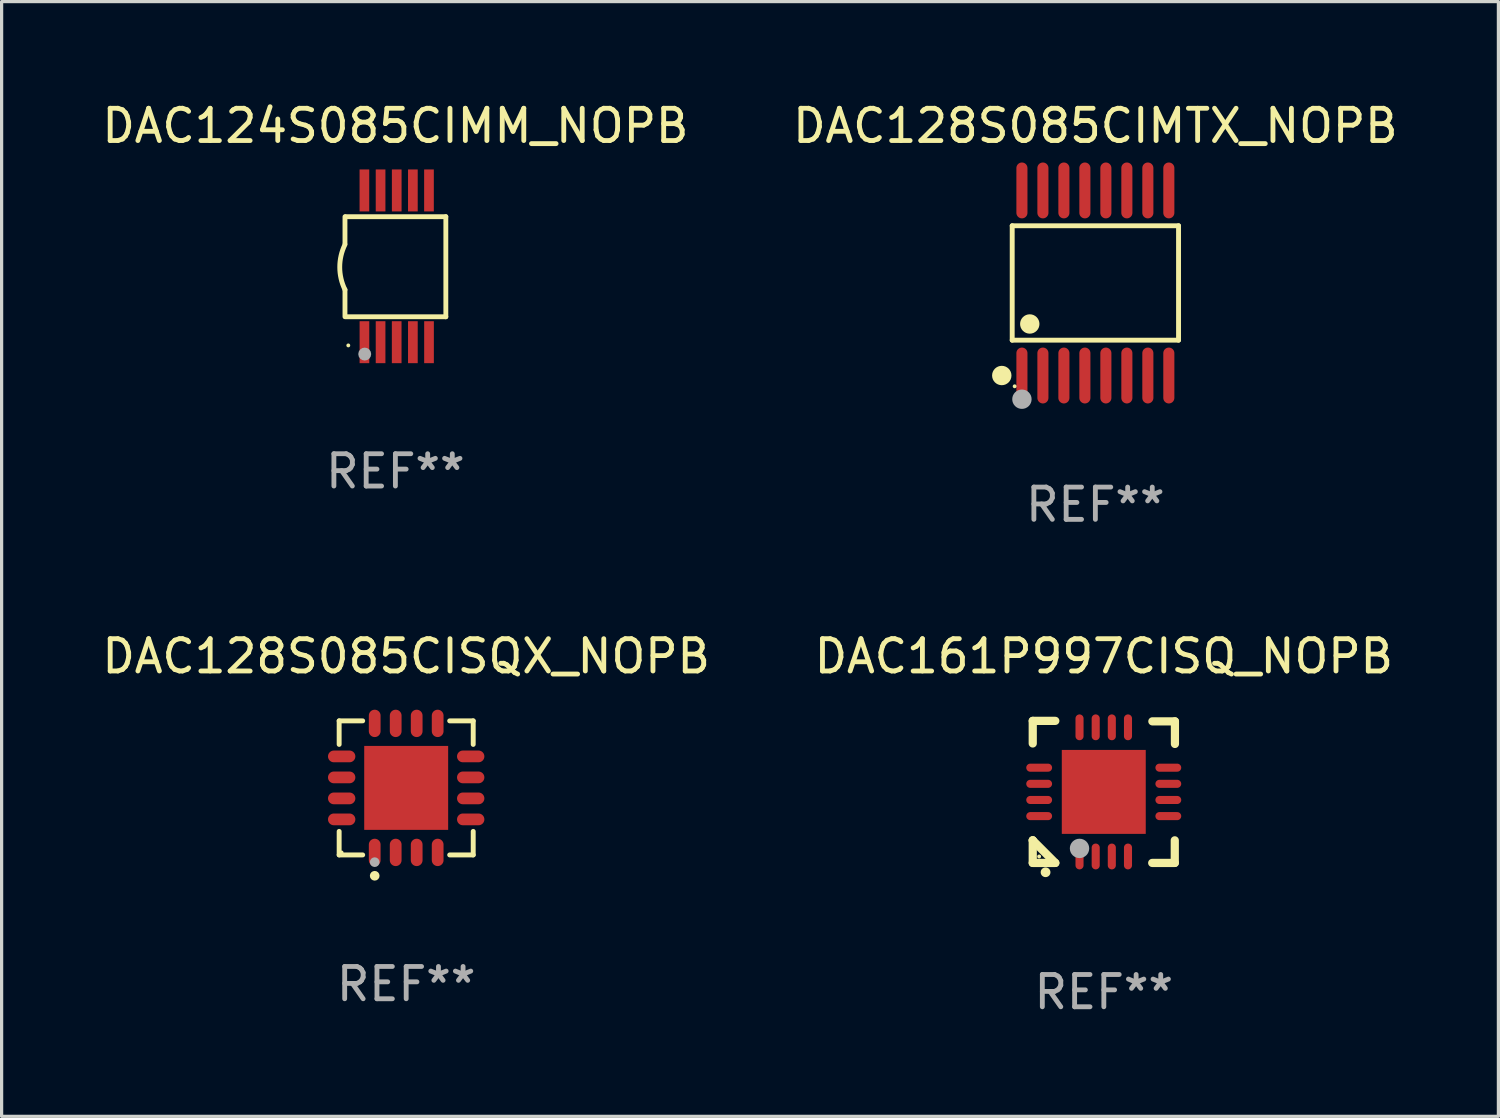
<source format=kicad_pcb>
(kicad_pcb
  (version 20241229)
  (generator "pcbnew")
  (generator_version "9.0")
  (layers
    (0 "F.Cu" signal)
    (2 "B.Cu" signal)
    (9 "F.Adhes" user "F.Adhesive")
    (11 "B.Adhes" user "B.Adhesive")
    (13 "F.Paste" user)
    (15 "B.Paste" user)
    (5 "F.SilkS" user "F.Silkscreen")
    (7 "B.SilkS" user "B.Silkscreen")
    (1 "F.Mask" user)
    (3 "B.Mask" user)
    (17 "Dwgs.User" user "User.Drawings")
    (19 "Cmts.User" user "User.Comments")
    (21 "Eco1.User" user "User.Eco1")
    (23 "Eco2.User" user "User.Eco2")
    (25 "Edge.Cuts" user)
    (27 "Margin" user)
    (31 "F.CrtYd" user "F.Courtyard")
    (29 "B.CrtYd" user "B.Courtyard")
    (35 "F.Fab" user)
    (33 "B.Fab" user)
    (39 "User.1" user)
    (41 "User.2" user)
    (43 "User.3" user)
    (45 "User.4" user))
  (footprint "DAC128S085CISQX_NOPB"
    (layer "F.Cu")
    (at 9.53 21.352)
    (property "Reference" "DAC128S085CISQX_NOPB" (at 0 -4.076 0) (layer "F.SilkS") (effects (font (size 1 1) (thickness 0.15))))
    (attr through_hole)
    (fp_line (start -2.076 -2.076) (end -1.347 -2.076) (stroke (width 0.152) (type solid)) (layer "F.SilkS"))
    (fp_line (start -2.076 -1.347) (end -2.076 -2.076) (stroke (width 0.152) (type solid)) (layer "F.SilkS"))
    (fp_line (start -2.076 1.347) (end -2.076 2.076) (stroke (width 0.152) (type solid)) (layer "F.SilkS"))
    (fp_line (start -2.076 2.076) (end -1.347 2.076) (stroke (width 0.152) (type solid)) (layer "F.SilkS"))
    (fp_line (start 2.076 -2.076) (end 1.347 -2.076) (stroke (width 0.152) (type solid)) (layer "F.SilkS"))
    (fp_line (start 2.076 -1.347) (end 2.076 -2.076) (stroke (width 0.152) (type solid)) (layer "F.SilkS"))
    (fp_line (start 2.076 1.347) (end 2.076 2.076) (stroke (width 0.152) (type solid)) (layer "F.SilkS"))
    (fp_line (start 2.076 2.076) (end 1.347 2.076) (stroke (width 0.152) (type solid)) (layer "F.SilkS"))
    (fp_circle (center -2 2) (end -1.97 2) (stroke (width 0.06) (type solid)) (fill no) (layer "F.SilkS"))
    (fp_circle (center -0.975 2.722) (end -0.9 2.722) (stroke (width 0.15) (type solid)) (fill no) (layer "F.SilkS"))
    (fp_circle (center -0.975 2.3) (end -0.9 2.3) (stroke (width 0.15) (type solid)) (fill no) (layer "F.Fab"))
    (fp_text user "REF**" (at 0 6.076 0) (layer "F.Fab") (effects (font (size 1 1) (thickness 0.15))))
    (pad "1" smd oval (at -0.975 1.998) (size 0.364 0.847) (layers "F.Cu" "F.Mask" "F.Paste"))
    (pad "2" smd oval (at -0.325 1.998) (size 0.364 0.847) (layers "F.Cu" "F.Mask" "F.Paste"))
    (pad "3" smd oval (at 0.325 1.998) (size 0.364 0.847) (layers "F.Cu" "F.Mask" "F.Paste"))
    (pad "4" smd oval (at 0.975 1.998) (size 0.364 0.847) (layers "F.Cu" "F.Mask" "F.Paste"))
    (pad "5" smd oval (at 1.998 0.975) (size 0.847 0.364) (layers "F.Cu" "F.Mask" "F.Paste"))
    (pad "6" smd oval (at 1.998 0.325) (size 0.847 0.364) (layers "F.Cu" "F.Mask" "F.Paste"))
    (pad "7" smd oval (at 1.998 -0.325) (size 0.847 0.364) (layers "F.Cu" "F.Mask" "F.Paste"))
    (pad "8" smd oval (at 1.998 -0.975) (size 0.847 0.364) (layers "F.Cu" "F.Mask" "F.Paste"))
    (pad "9" smd oval (at 0.975 -1.998) (size 0.364 0.847) (layers "F.Cu" "F.Mask" "F.Paste"))
    (pad "10" smd oval (at 0.325 -1.998) (size 0.364 0.847) (layers "F.Cu" "F.Mask" "F.Paste"))
    (pad "11" smd oval (at -0.325 -1.998) (size 0.364 0.847) (layers "F.Cu" "F.Mask" "F.Paste"))
    (pad "12" smd oval (at -0.975 -1.998) (size 0.364 0.847) (layers "F.Cu" "F.Mask" "F.Paste"))
    (pad "13" smd oval (at -1.998 -0.975) (size 0.847 0.364) (layers "F.Cu" "F.Mask" "F.Paste"))
    (pad "14" smd oval (at -1.998 -0.325) (size 0.847 0.364) (layers "F.Cu" "F.Mask" "F.Paste"))
    (pad "15" smd oval (at -1.998 0.325) (size 0.847 0.364) (layers "F.Cu" "F.Mask" "F.Paste"))
    (pad "16" smd oval (at -1.998 0.975) (size 0.847 0.364) (layers "F.Cu" "F.Mask" "F.Paste"))
    (pad "17" smd rect (at 0 0) (size 2.6 2.6) (layers "F.Cu" "F.Mask" "F.Paste")))
  (footprint "DAC161P997CISQ_NOPB"
    (layer "F.Cu")
    (at 31.137 21.476)
    (property "Reference" "DAC161P997CISQ_NOPB" (at 0 -4.2 0) (layer "F.SilkS") (effects (font (size 1 1) (thickness 0.15))))
    (attr through_hole)
    (fp_line (start -2.202 -2.2) (end -2.202 -1.5) (stroke (width 0.254) (type solid)) (layer "F.SilkS"))
    (fp_line (start -2.202 1.5) (end -2.202 1.5) (stroke (width 0.254) (type solid)) (layer "F.SilkS"))
    (fp_line (start -2.202 1.5) (end -1.503 2.2) (stroke (width 0.254) (type solid)) (layer "F.SilkS"))
    (fp_line (start -2.202 2.2) (end -2.202 1.5) (stroke (width 0.254) (type solid)) (layer "F.SilkS"))
    (fp_line (start -1.503 -2.2) (end -2.202 -2.2) (stroke (width 0.254) (type solid)) (layer "F.SilkS"))
    (fp_line (start -1.503 2.2) (end -2.202 2.2) (stroke (width 0.254) (type solid)) (layer "F.SilkS"))
    (fp_line (start 1.498 2.2) (end 2.197 2.2) (stroke (width 0.254) (type solid)) (layer "F.SilkS"))
    (fp_line (start 2.197 2.2) (end 2.197 1.5) (stroke (width 0.254) (type solid)) (layer "F.SilkS"))
    (fp_line (start 2.202 -2.185) (end 1.503 -2.185) (stroke (width 0.254) (type solid)) (layer "F.SilkS"))
    (fp_line (start 2.202 -1.485) (end 2.202 -2.185) (stroke (width 0.254) (type solid)) (layer "F.SilkS"))
    (fp_arc (start -1.805944 2.489205) (mid -1.804674 2.4892) (end -1.803404 2.489205) (stroke (width 0.3) (type solid)) (layer "F.SilkS"))
    (fp_circle (center -2.003 2) (end -1.973 2) (stroke (width 0.06) (type solid)) (fill no) (layer "F.SilkS"))
    (fp_circle (center -0.753 1.75) (end -0.603 1.75) (stroke (width 0.3) (type solid)) (fill no) (layer "F.Fab"))
    (fp_text user "REF**" (at 0 6.2 0) (layer "F.Fab") (effects (font (size 1 1) (thickness 0.15))))
    (pad "1" smd oval (at -0.753 2) (size 0.25 0.8) (layers "F.Cu" "F.Mask" "F.Paste"))
    (pad "2" smd oval (at -0.252 2) (size 0.25 0.8) (layers "F.Cu" "F.Mask" "F.Paste"))
    (pad "3" smd oval (at 0.247 2) (size 0.25 0.8) (layers "F.Cu" "F.Mask" "F.Paste"))
    (pad "4" smd oval (at 0.748 2) (size 0.25 0.8) (layers "F.Cu" "F.Mask" "F.Paste"))
    (pad "5" smd oval (at 1.997 0.75 90) (size 0.25 0.8) (layers "F.Cu" "F.Mask" "F.Paste"))
    (pad "6" smd oval (at 1.997 0.25 90) (size 0.25 0.8) (layers "F.Cu" "F.Mask" "F.Paste"))
    (pad "7" smd oval (at 1.997 -0.25 90) (size 0.25 0.8) (layers "F.Cu" "F.Mask" "F.Paste"))
    (pad "8" smd oval (at 1.997 -0.75 90) (size 0.25 0.8) (layers "F.Cu" "F.Mask" "F.Paste"))
    (pad "9" smd oval (at 0.748 -2) (size 0.25 0.8) (layers "F.Cu" "F.Mask" "F.Paste"))
    (pad "10" smd oval (at 0.247 -2) (size 0.25 0.8) (layers "F.Cu" "F.Mask" "F.Paste"))
    (pad "11" smd oval (at -0.252 -2) (size 0.25 0.8) (layers "F.Cu" "F.Mask" "F.Paste"))
    (pad "12" smd oval (at -0.753 -2) (size 0.25 0.8) (layers "F.Cu" "F.Mask" "F.Paste"))
    (pad "13" smd oval (at -2.003 -0.75 90) (size 0.25 0.8) (layers "F.Cu" "F.Mask" "F.Paste"))
    (pad "14" smd oval (at -2.003 -0.25 90) (size 0.25 0.8) (layers "F.Cu" "F.Mask" "F.Paste"))
    (pad "15" smd oval (at -2.003 0.25 90) (size 0.25 0.8) (layers "F.Cu" "F.Mask" "F.Paste"))
    (pad "16" smd oval (at -2.003 0.75 90) (size 0.25 0.8) (layers "F.Cu" "F.Mask" "F.Paste"))
    (pad "17" smd rect (at -0.002 0.000025 90) (size 2.6 2.6) (layers "F.Cu" "F.Mask" "F.Paste")))
  (footprint "DAC128S085CIMTX_NOPB"
    (layer "F.Cu")
    (at 30.875 5.714)
    (property "Reference" "DAC128S085CIMTX_NOPB" (at 0 -4.866 0) (layer "F.SilkS") (effects (font (size 1 1) (thickness 0.15))))
    (attr through_hole)
    (fp_line (start -2.576 -1.772) (end 2.576 -1.772) (stroke (width 0.152) (type solid)) (layer "F.SilkS"))
    (fp_line (start -2.576 1.771) (end -2.576 -1.772) (stroke (width 0.152) (type solid)) (layer "F.SilkS"))
    (fp_line (start 2.576 -1.772) (end 2.576 1.771) (stroke (width 0.152) (type solid)) (layer "F.SilkS"))
    (fp_line (start 2.576 1.771) (end -2.576 1.771) (stroke (width 0.152) (type solid)) (layer "F.SilkS"))
    (fp_circle (center -2.899 2.866) (end -2.749 2.866) (stroke (width 0.3) (type solid)) (fill no) (layer "F.SilkS"))
    (fp_circle (center -2.5 3.2) (end -2.47 3.2) (stroke (width 0.06) (type solid)) (fill no) (layer "F.SilkS"))
    (fp_circle (center -2.032 1.27) (end -1.882 1.27) (stroke (width 0.3) (type solid)) (fill no) (layer "F.SilkS"))
    (fp_circle (center -2.275 3.6) (end -2.125 3.6) (stroke (width 0.3) (type solid)) (fill no) (layer "F.Fab"))
    (fp_text user "REF**" (at 0 6.866 0) (layer "F.Fab") (effects (font (size 1 1) (thickness 0.15))))
    (pad "1" smd oval (at -2.275 2.866) (size 0.343 1.731) (layers "F.Cu" "F.Mask" "F.Paste"))
    (pad "2" smd oval (at -1.625 2.866) (size 0.343 1.731) (layers "F.Cu" "F.Mask" "F.Paste"))
    (pad "3" smd oval (at -0.975 2.866) (size 0.343 1.731) (layers "F.Cu" "F.Mask" "F.Paste"))
    (pad "4" smd oval (at -0.325 2.866) (size 0.343 1.731) (layers "F.Cu" "F.Mask" "F.Paste"))
    (pad "5" smd oval (at 0.325 2.866) (size 0.343 1.731) (layers "F.Cu" "F.Mask" "F.Paste"))
    (pad "6" smd oval (at 0.975 2.866) (size 0.343 1.731) (layers "F.Cu" "F.Mask" "F.Paste"))
    (pad "7" smd oval (at 1.625 2.866) (size 0.343 1.731) (layers "F.Cu" "F.Mask" "F.Paste"))
    (pad "8" smd oval (at 2.275 2.866) (size 0.343 1.731) (layers "F.Cu" "F.Mask" "F.Paste"))
    (pad "9" smd oval (at 2.275 -2.866) (size 0.343 1.731) (layers "F.Cu" "F.Mask" "F.Paste"))
    (pad "10" smd oval (at 1.625 -2.866) (size 0.343 1.731) (layers "F.Cu" "F.Mask" "F.Paste"))
    (pad "11" smd oval (at 0.975 -2.866) (size 0.343 1.731) (layers "F.Cu" "F.Mask" "F.Paste"))
    (pad "12" smd oval (at 0.325 -2.866) (size 0.343 1.731) (layers "F.Cu" "F.Mask" "F.Paste"))
    (pad "13" smd oval (at -0.325 -2.866) (size 0.343 1.731) (layers "F.Cu" "F.Mask" "F.Paste"))
    (pad "14" smd oval (at -0.975 -2.866) (size 0.343 1.731) (layers "F.Cu" "F.Mask" "F.Paste"))
    (pad "15" smd oval (at -1.625 -2.866) (size 0.343 1.731) (layers "F.Cu" "F.Mask" "F.Paste"))
    (pad "16" smd oval (at -2.275 -2.866) (size 0.343 1.731) (layers "F.Cu" "F.Mask" "F.Paste")))
  (footprint "DAC124S085CIMM_NOPB"
    (layer "F.Cu")
    (at 9.196 5.198)
    (property "Reference" "DAC124S085CIMM_NOPB" (at 0 -4.35 0) (layer "F.SilkS") (effects (font (size 1 1) (thickness 0.15))))
    (attr through_hole)
    (fp_line (start -1.562 -1.537) (end -1.562 -0.698) (stroke (width 0.15) (type solid)) (layer "F.SilkS"))
    (fp_line (start -1.562 0.724) (end -1.562 1.562) (stroke (width 0.15) (type solid)) (layer "F.SilkS"))
    (fp_line (start -1.538 -1.537) (end 1.562 -1.537) (stroke (width 0.15) (type solid)) (layer "F.SilkS"))
    (fp_line (start -1.538 1.562) (end 1.562 1.562) (stroke (width 0.15) (type solid)) (layer "F.SilkS"))
    (fp_line (start 1.562 1.564) (end 1.562 -1.537) (stroke (width 0.15) (type solid)) (layer "F.SilkS"))
    (fp_arc (start -1.562103 0.724079) (mid -1.723579 0.025578) (end -1.562103 -0.672924) (stroke (width 0.150013) (type solid)) (layer "F.SilkS"))
    (fp_circle (center -1.459 2.45) (end -1.429 2.45) (stroke (width 0.06) (type solid)) (fill no) (layer "F.SilkS"))
    (fp_circle (center -0.95 2.718) (end -0.85 2.718) (stroke (width 0.2) (type solid)) (fill no) (layer "F.Fab"))
    (fp_text user "REF**" (at 0 6.35 0) (layer "F.Fab") (effects (font (size 1 1) (thickness 0.15))))
    (pad "1" smd rect (at -0.959 2.35) (size 0.3 1.3) (layers "F.Cu" "F.Mask" "F.Paste"))
    (pad "2" smd rect (at -0.459 2.35) (size 0.3 1.3) (layers "F.Cu" "F.Mask" "F.Paste"))
    (pad "3" smd rect (at 0.04 2.35) (size 0.3 1.3) (layers "F.Cu" "F.Mask" "F.Paste"))
    (pad "4" smd rect (at 0.541 2.35) (size 0.3 1.3) (layers "F.Cu" "F.Mask" "F.Paste"))
    (pad "5" smd rect (at 1.041 2.35) (size 0.3 1.3) (layers "F.Cu" "F.Mask" "F.Paste"))
    (pad "6" smd rect (at 1.04 -2.35) (size 0.3 1.3) (layers "F.Cu" "F.Mask" "F.Paste"))
    (pad "7" smd rect (at 0.541 -2.35) (size 0.3 1.3) (layers "F.Cu" "F.Mask" "F.Paste"))
    (pad "8" smd rect (at 0.041 -2.35) (size 0.3 1.3) (layers "F.Cu" "F.Mask" "F.Paste"))
    (pad "9" smd rect (at -0.459 -2.35) (size 0.3 1.3) (layers "F.Cu" "F.Mask" "F.Paste"))
    (pad "10" smd rect (at -0.96 -2.35) (size 0.3 1.3) (layers "F.Cu" "F.Mask" "F.Paste")))
  (gr_rect
    (start -3 -3)
    (end 43.357 31.524)
    (stroke (width 0.1) (type default))
    (fill no)
    (layer "Edge.Cuts")))
</source>
